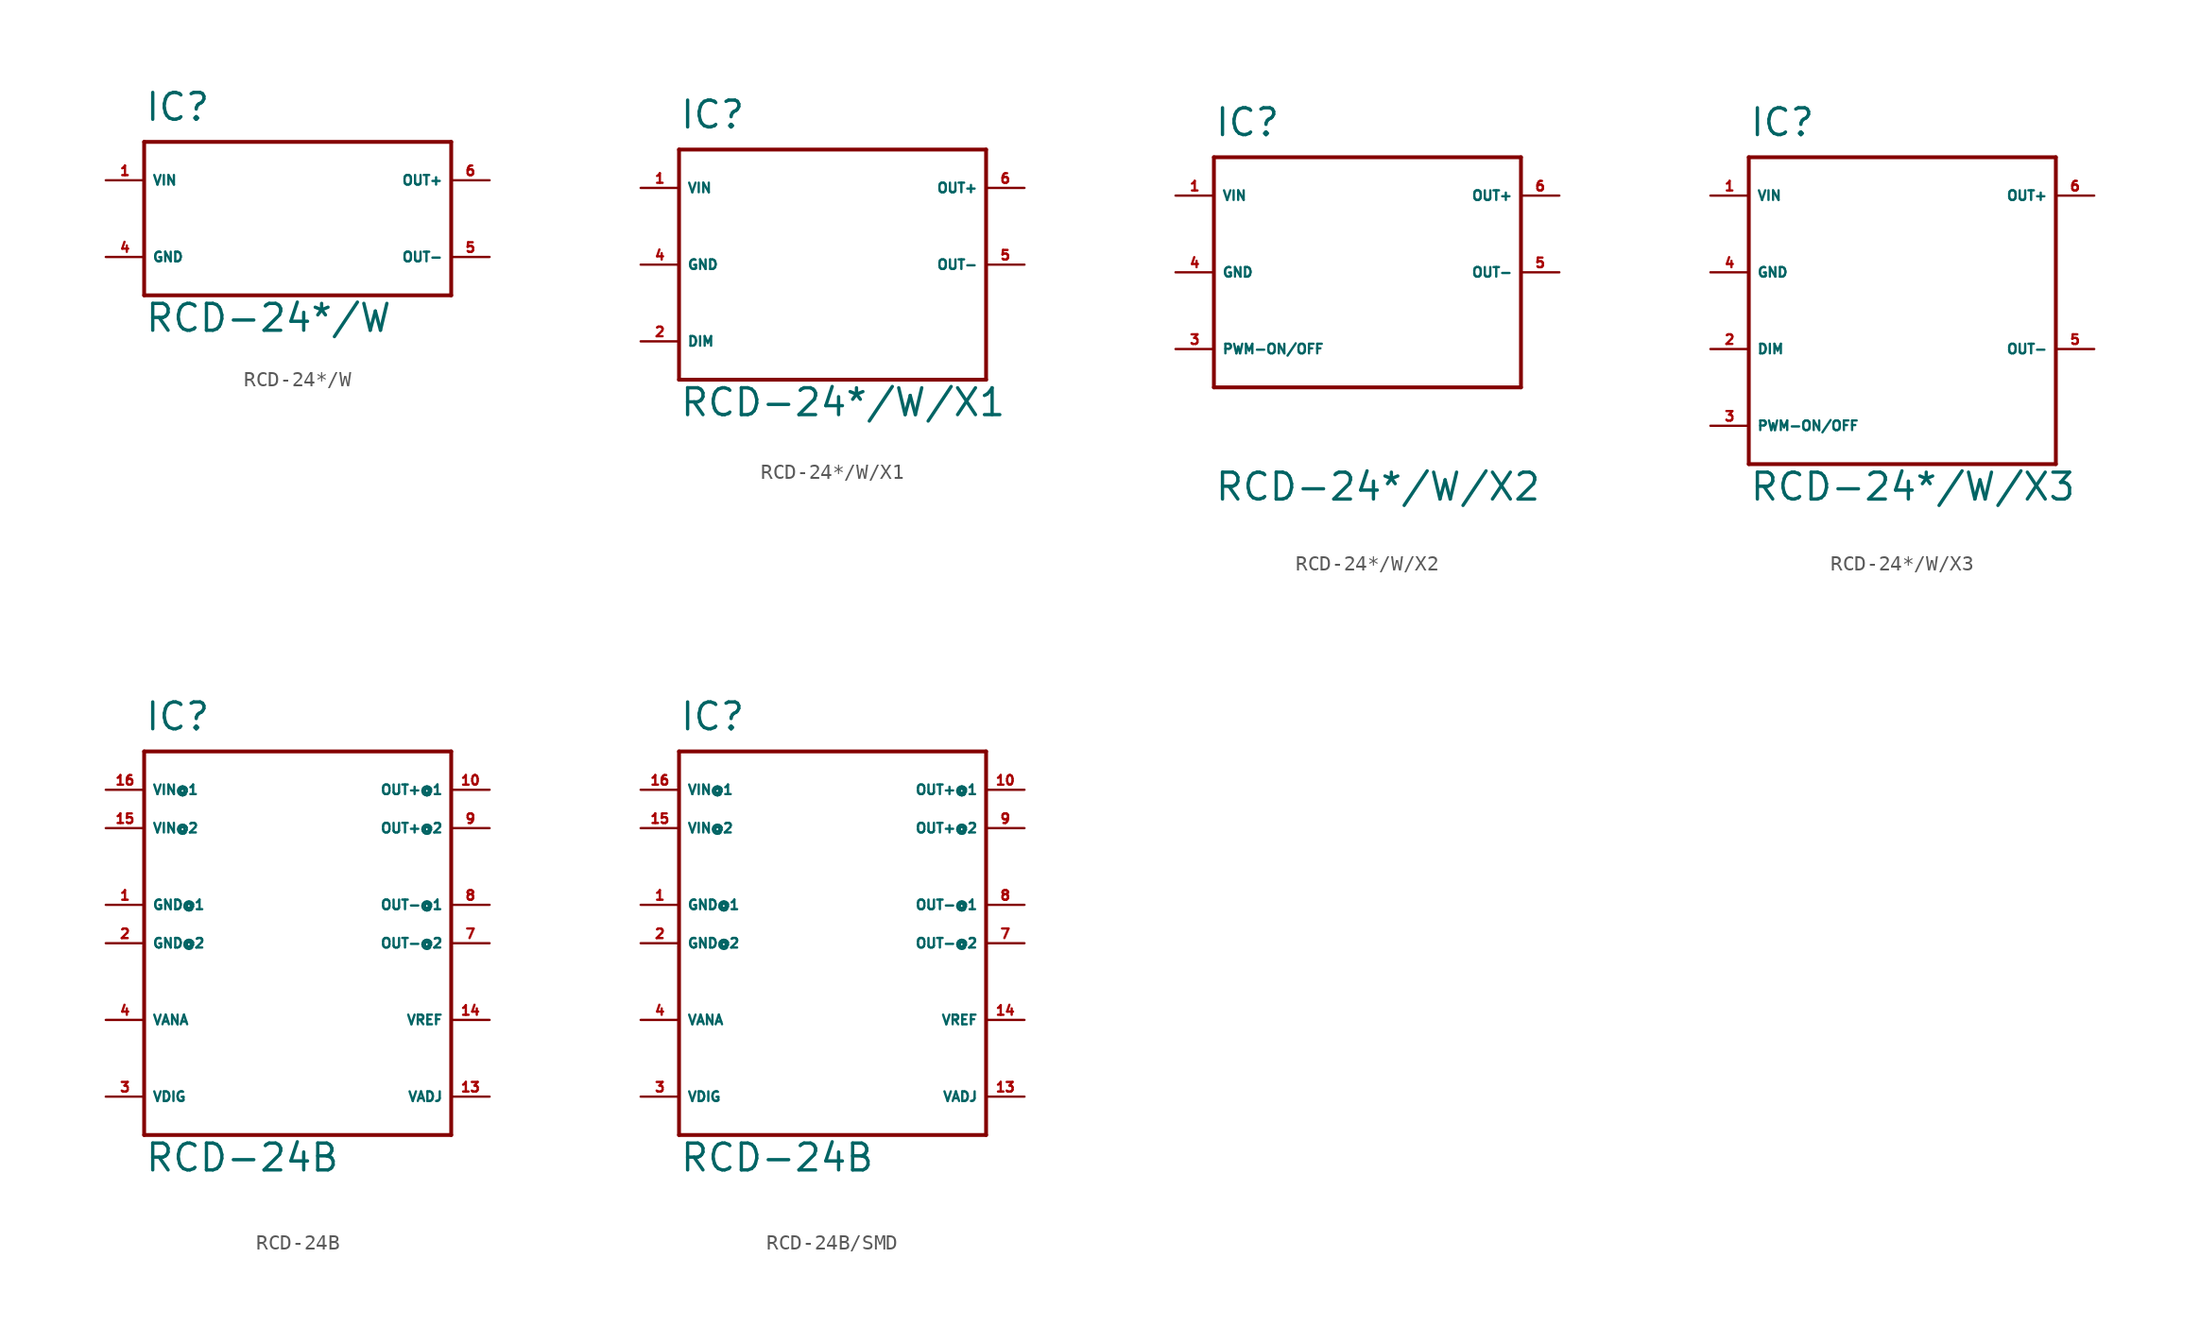
<source format=kicad_sym>
(kicad_symbol_lib
  (version 20220914)
  (generator Eagle2Kicad)
  (symbol "RCD-24*/W"
    (property "Reference" "IC"
      (at -10.16 6.35 0)
      (effects (font (size 1.778 1.778) (thickness 0.22)) (justify left bottom)))
    (property "Value" "RCD-24*/W"
      (at -10.16 -7.62 0)
      (effects (font (size 1.778 1.778) (thickness 0.22)) (justify left bottom)))
    (polyline
      (pts (xy -10.16 5.08) (xy 10.16 5.08))
      (stroke (width 0.254) (type default))
      (fill (type none)))
    (polyline
      (pts (xy 10.16 5.08) (xy 10.16 -5.08))
      (stroke (width 0.254) (type default))
      (fill (type none)))
    (polyline
      (pts (xy 10.16 -5.08) (xy -10.16 -5.08))
      (stroke (width 0.254) (type default))
      (fill (type none)))
    (polyline
      (pts (xy -10.16 -5.08) (xy -10.16 5.08))
      (stroke (width 0.254) (type default))
      (fill (type none)))
    (pin input line
      (at -12.7 2.54 0)
      (length 2.54)
      (name "VIN" (effects (font (size 0.635 0.635) (thickness 0.08)) (justify left bottom)))
      (number "1" (effects (font (size 0.635 0.635) (thickness 0.08)) (justify left bottom))))
    (pin unspecified line
      (at -12.7 -2.54 0)
      (length 2.54)
      (name "GND" (effects (font (size 0.635 0.635) (thickness 0.08)) (justify left bottom)))
      (number "4" (effects (font (size 0.635 0.635) (thickness 0.08)) (justify left bottom))))
    (pin output line
      (at 12.7 2.54 180)
      (length 2.54)
      (name "OUT+" (effects (font (size 0.635 0.635) (thickness 0.08)) (justify left bottom)))
      (number "6" (effects (font (size 0.635 0.635) (thickness 0.08)) (justify left bottom))))
    (pin output line
      (at 12.7 -2.54 180)
      (length 2.54)
      (name "OUT-" (effects (font (size 0.635 0.635) (thickness 0.08)) (justify left bottom)))
      (number "5" (effects (font (size 0.635 0.635) (thickness 0.08)) (justify left bottom)))))
  (symbol "RCD-24*/W/X1"
    (property "Reference" "IC"
      (at -10.16 8.89 0)
      (effects (font (size 1.778 1.778) (thickness 0.22)) (justify left bottom)))
    (property "Value" "RCD-24*/W/X1"
      (at -10.16 -10.16 0)
      (effects (font (size 1.778 1.778) (thickness 0.22)) (justify left bottom)))
    (polyline
      (pts (xy -10.16 7.62) (xy 10.16 7.62))
      (stroke (width 0.254) (type default))
      (fill (type none)))
    (polyline
      (pts (xy 10.16 7.62) (xy 10.16 -7.62))
      (stroke (width 0.254) (type default))
      (fill (type none)))
    (polyline
      (pts (xy 10.16 -7.62) (xy -10.16 -7.62))
      (stroke (width 0.254) (type default))
      (fill (type none)))
    (polyline
      (pts (xy -10.16 -7.62) (xy -10.16 7.62))
      (stroke (width 0.254) (type default))
      (fill (type none)))
    (pin input line
      (at -12.7 5.08 0)
      (length 2.54)
      (name "VIN" (effects (font (size 0.635 0.635) (thickness 0.08)) (justify left bottom)))
      (number "1" (effects (font (size 0.635 0.635) (thickness 0.08)) (justify left bottom))))
    (pin unspecified line
      (at -12.7 0 0)
      (length 2.54)
      (name "GND" (effects (font (size 0.635 0.635) (thickness 0.08)) (justify left bottom)))
      (number "4" (effects (font (size 0.635 0.635) (thickness 0.08)) (justify left bottom))))
    (pin passive line
      (at -12.7 -5.08 0)
      (length 2.54)
      (name "DIM" (effects (font (size 0.635 0.635) (thickness 0.08)) (justify left bottom)))
      (number "2" (effects (font (size 0.635 0.635) (thickness 0.08)) (justify left bottom))))
    (pin output line
      (at 12.7 5.08 180)
      (length 2.54)
      (name "OUT+" (effects (font (size 0.635 0.635) (thickness 0.08)) (justify left bottom)))
      (number "6" (effects (font (size 0.635 0.635) (thickness 0.08)) (justify left bottom))))
    (pin output line
      (at 12.7 0 180)
      (length 2.54)
      (name "OUT-" (effects (font (size 0.635 0.635) (thickness 0.08)) (justify left bottom)))
      (number "5" (effects (font (size 0.635 0.635) (thickness 0.08)) (justify left bottom)))))
  (symbol "RCD-24*/W/X2"
    (property "Reference" "IC"
      (at -10.16 8.89 0)
      (effects (font (size 1.778 1.778) (thickness 0.22)) (justify left bottom)))
    (property "Value" "RCD-24*/W/X2"
      (at -10.16 -15.24 0)
      (effects (font (size 1.778 1.778) (thickness 0.22)) (justify left bottom)))
    (polyline
      (pts (xy -10.16 7.62) (xy 10.16 7.62))
      (stroke (width 0.254) (type default))
      (fill (type none)))
    (polyline
      (pts (xy 10.16 7.62) (xy 10.16 -7.62))
      (stroke (width 0.254) (type default))
      (fill (type none)))
    (polyline
      (pts (xy 10.16 -7.62) (xy -10.16 -7.62))
      (stroke (width 0.254) (type default))
      (fill (type none)))
    (polyline
      (pts (xy -10.16 -7.62) (xy -10.16 7.62))
      (stroke (width 0.254) (type default))
      (fill (type none)))
    (pin input line
      (at -12.7 5.08 0)
      (length 2.54)
      (name "VIN" (effects (font (size 0.635 0.635) (thickness 0.08)) (justify left bottom)))
      (number "1" (effects (font (size 0.635 0.635) (thickness 0.08)) (justify left bottom))))
    (pin unspecified line
      (at -12.7 0 0)
      (length 2.54)
      (name "GND" (effects (font (size 0.635 0.635) (thickness 0.08)) (justify left bottom)))
      (number "4" (effects (font (size 0.635 0.635) (thickness 0.08)) (justify left bottom))))
    (pin output line
      (at 12.7 5.08 180)
      (length 2.54)
      (name "OUT+" (effects (font (size 0.635 0.635) (thickness 0.08)) (justify left bottom)))
      (number "6" (effects (font (size 0.635 0.635) (thickness 0.08)) (justify left bottom))))
    (pin output line
      (at 12.7 0 180)
      (length 2.54)
      (name "OUT-" (effects (font (size 0.635 0.635) (thickness 0.08)) (justify left bottom)))
      (number "5" (effects (font (size 0.635 0.635) (thickness 0.08)) (justify left bottom))))
    (pin passive line
      (at -12.7 -5.08 0)
      (length 2.54)
      (name "PWM-ON/OFF" (effects (font (size 0.635 0.635) (thickness 0.08)) (justify left bottom)))
      (number "3" (effects (font (size 0.635 0.635) (thickness 0.08)) (justify left bottom)))))
  (symbol "RCD-24*/W/X3"
    (property "Reference" "IC"
      (at -10.16 11.43 0)
      (effects (font (size 1.778 1.778) (thickness 0.22)) (justify left bottom)))
    (property "Value" "RCD-24*/W/X3"
      (at -10.16 -12.7 0)
      (effects (font (size 1.778 1.778) (thickness 0.22)) (justify left bottom)))
    (polyline
      (pts (xy -10.16 10.16) (xy 10.16 10.16))
      (stroke (width 0.254) (type default))
      (fill (type none)))
    (polyline
      (pts (xy 10.16 10.16) (xy 10.16 -10.16))
      (stroke (width 0.254) (type default))
      (fill (type none)))
    (polyline
      (pts (xy 10.16 -10.16) (xy -10.16 -10.16))
      (stroke (width 0.254) (type default))
      (fill (type none)))
    (polyline
      (pts (xy -10.16 -10.16) (xy -10.16 10.16))
      (stroke (width 0.254) (type default))
      (fill (type none)))
    (pin input line
      (at -12.7 7.62 0)
      (length 2.54)
      (name "VIN" (effects (font (size 0.635 0.635) (thickness 0.08)) (justify left bottom)))
      (number "1" (effects (font (size 0.635 0.635) (thickness 0.08)) (justify left bottom))))
    (pin unspecified line
      (at -12.7 2.54 0)
      (length 2.54)
      (name "GND" (effects (font (size 0.635 0.635) (thickness 0.08)) (justify left bottom)))
      (number "4" (effects (font (size 0.635 0.635) (thickness 0.08)) (justify left bottom))))
    (pin passive line
      (at -12.7 -2.54 0)
      (length 2.54)
      (name "DIM" (effects (font (size 0.635 0.635) (thickness 0.08)) (justify left bottom)))
      (number "2" (effects (font (size 0.635 0.635) (thickness 0.08)) (justify left bottom))))
    (pin output line
      (at 12.7 7.62 180)
      (length 2.54)
      (name "OUT+" (effects (font (size 0.635 0.635) (thickness 0.08)) (justify left bottom)))
      (number "6" (effects (font (size 0.635 0.635) (thickness 0.08)) (justify left bottom))))
    (pin output line
      (at 12.7 -2.54 180)
      (length 2.54)
      (name "OUT-" (effects (font (size 0.635 0.635) (thickness 0.08)) (justify left bottom)))
      (number "5" (effects (font (size 0.635 0.635) (thickness 0.08)) (justify left bottom))))
    (pin passive line
      (at -12.7 -7.62 0)
      (length 2.54)
      (name "PWM-ON/OFF" (effects (font (size 0.635 0.635) (thickness 0.08)) (justify left bottom)))
      (number "3" (effects (font (size 0.635 0.635) (thickness 0.08)) (justify left bottom)))))
  (symbol "RCD-24B"
    (property "Reference" "IC"
      (at -10.16 13.97 0)
      (effects (font (size 1.778 1.778) (thickness 0.22)) (justify left bottom)))
    (property "Value" "RCD-24B"
      (at -10.16 -15.24 0)
      (effects (font (size 1.778 1.778) (thickness 0.22)) (justify left bottom)))
    (polyline
      (pts (xy -10.16 12.7) (xy 10.16 12.7))
      (stroke (width 0.254) (type default))
      (fill (type none)))
    (polyline
      (pts (xy 10.16 12.7) (xy 10.16 -12.7))
      (stroke (width 0.254) (type default))
      (fill (type none)))
    (polyline
      (pts (xy 10.16 -12.7) (xy -10.16 -12.7))
      (stroke (width 0.254) (type default))
      (fill (type none)))
    (polyline
      (pts (xy -10.16 -12.7) (xy -10.16 12.7))
      (stroke (width 0.254) (type default))
      (fill (type none)))
    (pin input line
      (at -12.7 10.16 0)
      (length 2.54)
      (name "VIN@1" (effects (font (size 0.635 0.635) (thickness 0.08)) (justify left bottom)))
      (number "16" (effects (font (size 0.635 0.635) (thickness 0.08)) (justify left bottom))))
    (pin unspecified line
      (at -12.7 2.54 0)
      (length 2.54)
      (name "GND@1" (effects (font (size 0.635 0.635) (thickness 0.08)) (justify left bottom)))
      (number "1" (effects (font (size 0.635 0.635) (thickness 0.08)) (justify left bottom))))
    (pin passive line
      (at -12.7 -5.08 0)
      (length 2.54)
      (name "VANA" (effects (font (size 0.635 0.635) (thickness 0.08)) (justify left bottom)))
      (number "4" (effects (font (size 0.635 0.635) (thickness 0.08)) (justify left bottom))))
    (pin output line
      (at 12.7 10.16 180)
      (length 2.54)
      (name "OUT+@1" (effects (font (size 0.635 0.635) (thickness 0.08)) (justify left bottom)))
      (number "10" (effects (font (size 0.635 0.635) (thickness 0.08)) (justify left bottom))))
    (pin output line
      (at 12.7 2.54 180)
      (length 2.54)
      (name "OUT-@1" (effects (font (size 0.635 0.635) (thickness 0.08)) (justify left bottom)))
      (number "8" (effects (font (size 0.635 0.635) (thickness 0.08)) (justify left bottom))))
    (pin passive line
      (at -12.7 -10.16 0)
      (length 2.54)
      (name "VDIG" (effects (font (size 0.635 0.635) (thickness 0.08)) (justify left bottom)))
      (number "3" (effects (font (size 0.635 0.635) (thickness 0.08)) (justify left bottom))))
    (pin input line
      (at 12.7 -5.08 180)
      (length 2.54)
      (name "VREF" (effects (font (size 0.635 0.635) (thickness 0.08)) (justify left bottom)))
      (number "14" (effects (font (size 0.635 0.635) (thickness 0.08)) (justify left bottom))))
    (pin passive line
      (at 12.7 -10.16 180)
      (length 2.54)
      (name "VADJ" (effects (font (size 0.635 0.635) (thickness 0.08)) (justify left bottom)))
      (number "13" (effects (font (size 0.635 0.635) (thickness 0.08)) (justify left bottom))))
    (pin input line
      (at -12.7 7.62 0)
      (length 2.54)
      (name "VIN@2" (effects (font (size 0.635 0.635) (thickness 0.08)) (justify left bottom)))
      (number "15" (effects (font (size 0.635 0.635) (thickness 0.08)) (justify left bottom))))
    (pin unspecified line
      (at -12.7 0 0)
      (length 2.54)
      (name "GND@2" (effects (font (size 0.635 0.635) (thickness 0.08)) (justify left bottom)))
      (number "2" (effects (font (size 0.635 0.635) (thickness 0.08)) (justify left bottom))))
    (pin output line
      (at 12.7 7.62 180)
      (length 2.54)
      (name "OUT+@2" (effects (font (size 0.635 0.635) (thickness 0.08)) (justify left bottom)))
      (number "9" (effects (font (size 0.635 0.635) (thickness 0.08)) (justify left bottom))))
    (pin output line
      (at 12.7 0 180)
      (length 2.54)
      (name "OUT-@2" (effects (font (size 0.635 0.635) (thickness 0.08)) (justify left bottom)))
      (number "7" (effects (font (size 0.635 0.635) (thickness 0.08)) (justify left bottom)))))
  (symbol "RCD-24B/SMD"
    (property "Reference" "IC"
      (at -10.16 13.97 0)
      (effects (font (size 1.778 1.778) (thickness 0.22)) (justify left bottom)))
    (property "Value" "RCD-24B"
      (at -10.16 -15.24 0)
      (effects (font (size 1.778 1.778) (thickness 0.22)) (justify left bottom)))
    (polyline
      (pts (xy -10.16 12.7) (xy 10.16 12.7))
      (stroke (width 0.254) (type default))
      (fill (type none)))
    (polyline
      (pts (xy 10.16 12.7) (xy 10.16 -12.7))
      (stroke (width 0.254) (type default))
      (fill (type none)))
    (polyline
      (pts (xy 10.16 -12.7) (xy -10.16 -12.7))
      (stroke (width 0.254) (type default))
      (fill (type none)))
    (polyline
      (pts (xy -10.16 -12.7) (xy -10.16 12.7))
      (stroke (width 0.254) (type default))
      (fill (type none)))
    (pin input line
      (at -12.7 10.16 0)
      (length 2.54)
      (name "VIN@1" (effects (font (size 0.635 0.635) (thickness 0.08)) (justify left bottom)))
      (number "16" (effects (font (size 0.635 0.635) (thickness 0.08)) (justify left bottom))))
    (pin unspecified line
      (at -12.7 2.54 0)
      (length 2.54)
      (name "GND@1" (effects (font (size 0.635 0.635) (thickness 0.08)) (justify left bottom)))
      (number "1" (effects (font (size 0.635 0.635) (thickness 0.08)) (justify left bottom))))
    (pin passive line
      (at -12.7 -5.08 0)
      (length 2.54)
      (name "VANA" (effects (font (size 0.635 0.635) (thickness 0.08)) (justify left bottom)))
      (number "4" (effects (font (size 0.635 0.635) (thickness 0.08)) (justify left bottom))))
    (pin output line
      (at 12.7 10.16 180)
      (length 2.54)
      (name "OUT+@1" (effects (font (size 0.635 0.635) (thickness 0.08)) (justify left bottom)))
      (number "10" (effects (font (size 0.635 0.635) (thickness 0.08)) (justify left bottom))))
    (pin output line
      (at 12.7 2.54 180)
      (length 2.54)
      (name "OUT-@1" (effects (font (size 0.635 0.635) (thickness 0.08)) (justify left bottom)))
      (number "8" (effects (font (size 0.635 0.635) (thickness 0.08)) (justify left bottom))))
    (pin passive line
      (at -12.7 -10.16 0)
      (length 2.54)
      (name "VDIG" (effects (font (size 0.635 0.635) (thickness 0.08)) (justify left bottom)))
      (number "3" (effects (font (size 0.635 0.635) (thickness 0.08)) (justify left bottom))))
    (pin input line
      (at 12.7 -5.08 180)
      (length 2.54)
      (name "VREF" (effects (font (size 0.635 0.635) (thickness 0.08)) (justify left bottom)))
      (number "14" (effects (font (size 0.635 0.635) (thickness 0.08)) (justify left bottom))))
    (pin passive line
      (at 12.7 -10.16 180)
      (length 2.54)
      (name "VADJ" (effects (font (size 0.635 0.635) (thickness 0.08)) (justify left bottom)))
      (number "13" (effects (font (size 0.635 0.635) (thickness 0.08)) (justify left bottom))))
    (pin input line
      (at -12.7 7.62 0)
      (length 2.54)
      (name "VIN@2" (effects (font (size 0.635 0.635) (thickness 0.08)) (justify left bottom)))
      (number "15" (effects (font (size 0.635 0.635) (thickness 0.08)) (justify left bottom))))
    (pin unspecified line
      (at -12.7 0 0)
      (length 2.54)
      (name "GND@2" (effects (font (size 0.635 0.635) (thickness 0.08)) (justify left bottom)))
      (number "2" (effects (font (size 0.635 0.635) (thickness 0.08)) (justify left bottom))))
    (pin output line
      (at 12.7 7.62 180)
      (length 2.54)
      (name "OUT+@2" (effects (font (size 0.635 0.635) (thickness 0.08)) (justify left bottom)))
      (number "9" (effects (font (size 0.635 0.635) (thickness 0.08)) (justify left bottom))))
    (pin output line
      (at 12.7 0 180)
      (length 2.54)
      (name "OUT-@2" (effects (font (size 0.635 0.635) (thickness 0.08)) (justify left bottom)))
      (number "7" (effects (font (size 0.635 0.635) (thickness 0.08)) (justify left bottom))))))
</source>
